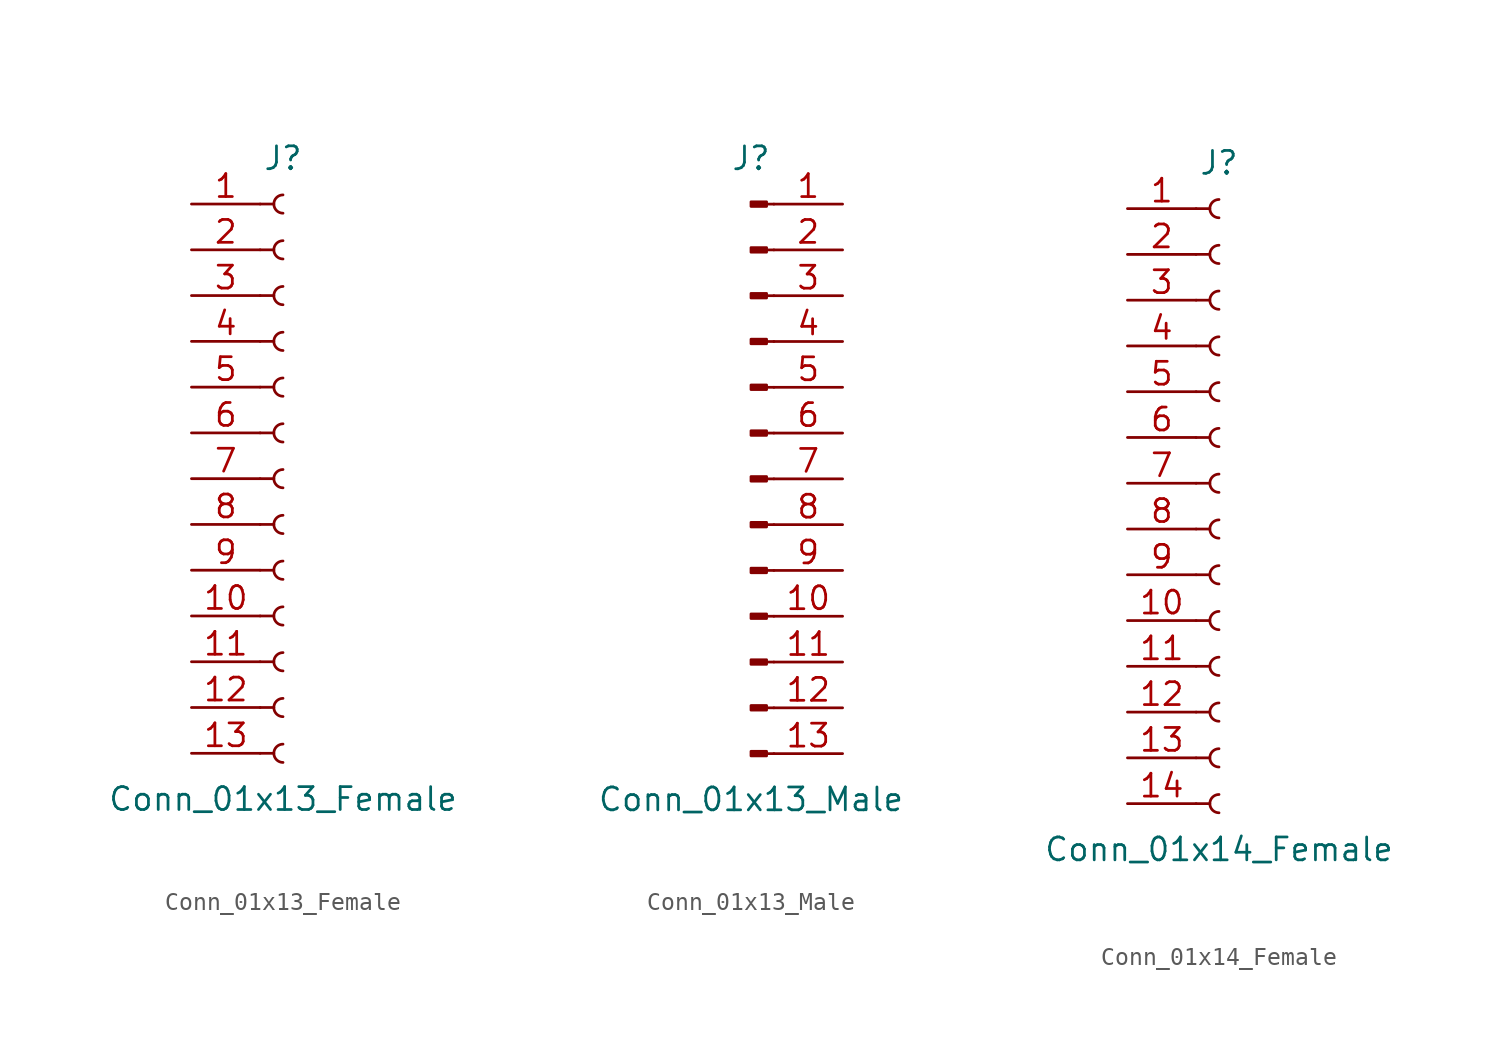
<source format=kicad_sym>
(kicad_symbol_lib
  (version 20220914)
  (generator kicad_symbol_editor)
  (symbol "Conn_01x13_Female"
    (pin_names
      (offset 1.016) hide)
    (property "Reference" "J"
      (at 0 17.78 0)
      (effects (font (size 1.27 1.27))))
    (property "Value" "Conn_01x13_Female"
      (at 0 -17.78 0)
      (effects (font (size 1.27 1.27))))
    (symbol "Conn_01x13_Female_1_1"
      (arc (start 0 -14.732) (mid -0.5058 -15.24) (end 0 -15.748) (stroke (width 0.1524) (type solid)) (fill (type none)))
      (arc (start 0 -12.192) (mid -0.5058 -12.7) (end 0 -13.208) (stroke (width 0.1524) (type solid)) (fill (type none)))
      (arc (start 0 -9.652) (mid -0.5058 -10.16) (end 0 -10.668) (stroke (width 0.1524) (type solid)) (fill (type none)))
      (arc (start 0 -7.112) (mid -0.5058 -7.62) (end 0 -8.128) (stroke (width 0.1524) (type solid)) (fill (type none)))
      (arc (start 0 -4.572) (mid -0.5058 -5.08) (end 0 -5.588) (stroke (width 0.1524) (type solid)) (fill (type none)))
      (arc (start 0 -2.032) (mid -0.5058 -2.54) (end 0 -3.048) (stroke (width 0.1524) (type solid)) (fill (type none)))
      (polyline (pts (xy -1.27 -15.24) (xy -0.508 -15.24)) (stroke (width 0.152) (type solid)) (fill (type none)))
      (polyline (pts (xy -1.27 -12.7) (xy -0.508 -12.7)) (stroke (width 0.152) (type solid)) (fill (type none)))
      (polyline (pts (xy -1.27 -10.16) (xy -0.508 -10.16)) (stroke (width 0.152) (type solid)) (fill (type none)))
      (polyline (pts (xy -1.27 -7.62) (xy -0.508 -7.62)) (stroke (width 0.152) (type solid)) (fill (type none)))
      (polyline (pts (xy -1.27 -5.08) (xy -0.508 -5.08)) (stroke (width 0.152) (type solid)) (fill (type none)))
      (polyline (pts (xy -1.27 -2.54) (xy -0.508 -2.54)) (stroke (width 0.152) (type solid)) (fill (type none)))
      (polyline (pts (xy -1.27 0) (xy -0.508 0)) (stroke (width 0.152) (type solid)) (fill (type none)))
      (polyline (pts (xy -1.27 2.54) (xy -0.508 2.54)) (stroke (width 0.152) (type solid)) (fill (type none)))
      (polyline (pts (xy -1.27 5.08) (xy -0.508 5.08)) (stroke (width 0.152) (type solid)) (fill (type none)))
      (polyline (pts (xy -1.27 7.62) (xy -0.508 7.62)) (stroke (width 0.152) (type solid)) (fill (type none)))
      (polyline (pts (xy -1.27 10.16) (xy -0.508 10.16)) (stroke (width 0.152) (type solid)) (fill (type none)))
      (polyline (pts (xy -1.27 12.7) (xy -0.508 12.7)) (stroke (width 0.152) (type solid)) (fill (type none)))
      (polyline (pts (xy -1.27 15.24) (xy -0.508 15.24)) (stroke (width 0.152) (type solid)) (fill (type none)))
      (arc (start 0 0.508) (mid -0.5058 0) (end 0 -0.508) (stroke (width 0.1524) (type solid)) (fill (type none)))
      (arc (start 0 3.048) (mid -0.5058 2.54) (end 0 2.032) (stroke (width 0.1524) (type solid)) (fill (type none)))
      (arc (start 0 5.588) (mid -0.5058 5.08) (end 0 4.572) (stroke (width 0.1524) (type solid)) (fill (type none)))
      (arc (start 0 8.128) (mid -0.5058 7.62) (end 0 7.112) (stroke (width 0.1524) (type solid)) (fill (type none)))
      (arc (start 0 10.668) (mid -0.5058 10.16) (end 0 9.652) (stroke (width 0.1524) (type solid)) (fill (type none)))
      (arc (start 0 13.208) (mid -0.5058 12.7) (end 0 12.192) (stroke (width 0.1524) (type solid)) (fill (type none)))
      (arc (start 0 15.748) (mid -0.5058 15.24) (end 0 14.732) (stroke (width 0.1524) (type solid)) (fill (type none)))
      (pin passive line (at -5.08 15.24 0) (length 3.81) (name "Pin_1" (effects (font (size 1.27 1.27)))) (number "1" (effects (font (size 1.27 1.27)))))
      (pin passive line (at -5.08 -7.62 0) (length 3.81) (name "Pin_10" (effects (font (size 1.27 1.27)))) (number "10" (effects (font (size 1.27 1.27)))))
      (pin passive line (at -5.08 -10.16 0) (length 3.81) (name "Pin_11" (effects (font (size 1.27 1.27)))) (number "11" (effects (font (size 1.27 1.27)))))
      (pin passive line (at -5.08 -12.7 0) (length 3.81) (name "Pin_12" (effects (font (size 1.27 1.27)))) (number "12" (effects (font (size 1.27 1.27)))))
      (pin passive line (at -5.08 -15.24 0) (length 3.81) (name "Pin_13" (effects (font (size 1.27 1.27)))) (number "13" (effects (font (size 1.27 1.27)))))
      (pin passive line (at -5.08 12.7 0) (length 3.81) (name "Pin_2" (effects (font (size 1.27 1.27)))) (number "2" (effects (font (size 1.27 1.27)))))
      (pin passive line (at -5.08 10.16 0) (length 3.81) (name "Pin_3" (effects (font (size 1.27 1.27)))) (number "3" (effects (font (size 1.27 1.27)))))
      (pin passive line (at -5.08 7.62 0) (length 3.81) (name "Pin_4" (effects (font (size 1.27 1.27)))) (number "4" (effects (font (size 1.27 1.27)))))
      (pin passive line (at -5.08 5.08 0) (length 3.81) (name "Pin_5" (effects (font (size 1.27 1.27)))) (number "5" (effects (font (size 1.27 1.27)))))
      (pin passive line (at -5.08 2.54 0) (length 3.81) (name "Pin_6" (effects (font (size 1.27 1.27)))) (number "6" (effects (font (size 1.27 1.27)))))
      (pin passive line (at -5.08 0 0) (length 3.81) (name "Pin_7" (effects (font (size 1.27 1.27)))) (number "7" (effects (font (size 1.27 1.27)))))
      (pin passive line (at -5.08 -2.54 0) (length 3.81) (name "Pin_8" (effects (font (size 1.27 1.27)))) (number "8" (effects (font (size 1.27 1.27)))))
      (pin passive line (at -5.08 -5.08 0) (length 3.81) (name "Pin_9" (effects (font (size 1.27 1.27)))) (number "9" (effects (font (size 1.27 1.27)))))))
  (symbol "Conn_01x13_Male"
    (pin_names
      (offset 1.016) hide)
    (property "Reference" "J"
      (at 0 17.78 0)
      (effects (font (size 1.27 1.27))))
    (property "Value" "Conn_01x13_Male"
      (at 0 -17.78 0)
      (effects (font (size 1.27 1.27))))
    (symbol "Conn_01x13_Male_1_1"
      (polyline (pts (xy 1.27 -15.24) (xy 0.864 -15.24)) (stroke (width 0.152) (type solid)) (fill (type none)))
      (polyline (pts (xy 1.27 -12.7) (xy 0.864 -12.7)) (stroke (width 0.152) (type solid)) (fill (type none)))
      (polyline (pts (xy 1.27 -10.16) (xy 0.864 -10.16)) (stroke (width 0.152) (type solid)) (fill (type none)))
      (polyline (pts (xy 1.27 -7.62) (xy 0.864 -7.62)) (stroke (width 0.152) (type solid)) (fill (type none)))
      (polyline (pts (xy 1.27 -5.08) (xy 0.864 -5.08)) (stroke (width 0.152) (type solid)) (fill (type none)))
      (polyline (pts (xy 1.27 -2.54) (xy 0.864 -2.54)) (stroke (width 0.152) (type solid)) (fill (type none)))
      (polyline (pts (xy 1.27 0) (xy 0.864 0)) (stroke (width 0.152) (type solid)) (fill (type none)))
      (polyline (pts (xy 1.27 2.54) (xy 0.864 2.54)) (stroke (width 0.152) (type solid)) (fill (type none)))
      (polyline (pts (xy 1.27 5.08) (xy 0.864 5.08)) (stroke (width 0.152) (type solid)) (fill (type none)))
      (polyline (pts (xy 1.27 7.62) (xy 0.864 7.62)) (stroke (width 0.152) (type solid)) (fill (type none)))
      (polyline (pts (xy 1.27 10.16) (xy 0.864 10.16)) (stroke (width 0.152) (type solid)) (fill (type none)))
      (polyline (pts (xy 1.27 12.7) (xy 0.864 12.7)) (stroke (width 0.152) (type solid)) (fill (type none)))
      (polyline (pts (xy 1.27 15.24) (xy 0.864 15.24)) (stroke (width 0.152) (type solid)) (fill (type none)))
      (rectangle (start 0.864 -15.113) (end 0 -15.367) (stroke (width 0.152) (type solid)) (fill (type outline)))
      (rectangle (start 0.864 -12.573) (end 0 -12.827) (stroke (width 0.152) (type solid)) (fill (type outline)))
      (rectangle (start 0.864 -10.033) (end 0 -10.287) (stroke (width 0.152) (type solid)) (fill (type outline)))
      (rectangle (start 0.864 -7.493) (end 0 -7.747) (stroke (width 0.152) (type solid)) (fill (type outline)))
      (rectangle (start 0.864 -4.953) (end 0 -5.207) (stroke (width 0.152) (type solid)) (fill (type outline)))
      (rectangle (start 0.864 -2.413) (end 0 -2.667) (stroke (width 0.152) (type solid)) (fill (type outline)))
      (rectangle (start 0.864 0.127) (end 0 -0.127) (stroke (width 0.152) (type solid)) (fill (type outline)))
      (rectangle (start 0.864 2.667) (end 0 2.413) (stroke (width 0.152) (type solid)) (fill (type outline)))
      (rectangle (start 0.864 5.207) (end 0 4.953) (stroke (width 0.152) (type solid)) (fill (type outline)))
      (rectangle (start 0.864 7.747) (end 0 7.493) (stroke (width 0.152) (type solid)) (fill (type outline)))
      (rectangle (start 0.864 10.287) (end 0 10.033) (stroke (width 0.152) (type solid)) (fill (type outline)))
      (rectangle (start 0.864 12.827) (end 0 12.573) (stroke (width 0.152) (type solid)) (fill (type outline)))
      (rectangle (start 0.864 15.367) (end 0 15.113) (stroke (width 0.152) (type solid)) (fill (type outline)))
      (pin passive line (at 5.08 15.24 180) (length 3.81) (name "Pin_1" (effects (font (size 1.27 1.27)))) (number "1" (effects (font (size 1.27 1.27)))))
      (pin passive line (at 5.08 -7.62 180) (length 3.81) (name "Pin_10" (effects (font (size 1.27 1.27)))) (number "10" (effects (font (size 1.27 1.27)))))
      (pin passive line (at 5.08 -10.16 180) (length 3.81) (name "Pin_11" (effects (font (size 1.27 1.27)))) (number "11" (effects (font (size 1.27 1.27)))))
      (pin passive line (at 5.08 -12.7 180) (length 3.81) (name "Pin_12" (effects (font (size 1.27 1.27)))) (number "12" (effects (font (size 1.27 1.27)))))
      (pin passive line (at 5.08 -15.24 180) (length 3.81) (name "Pin_13" (effects (font (size 1.27 1.27)))) (number "13" (effects (font (size 1.27 1.27)))))
      (pin passive line (at 5.08 12.7 180) (length 3.81) (name "Pin_2" (effects (font (size 1.27 1.27)))) (number "2" (effects (font (size 1.27 1.27)))))
      (pin passive line (at 5.08 10.16 180) (length 3.81) (name "Pin_3" (effects (font (size 1.27 1.27)))) (number "3" (effects (font (size 1.27 1.27)))))
      (pin passive line (at 5.08 7.62 180) (length 3.81) (name "Pin_4" (effects (font (size 1.27 1.27)))) (number "4" (effects (font (size 1.27 1.27)))))
      (pin passive line (at 5.08 5.08 180) (length 3.81) (name "Pin_5" (effects (font (size 1.27 1.27)))) (number "5" (effects (font (size 1.27 1.27)))))
      (pin passive line (at 5.08 2.54 180) (length 3.81) (name "Pin_6" (effects (font (size 1.27 1.27)))) (number "6" (effects (font (size 1.27 1.27)))))
      (pin passive line (at 5.08 0 180) (length 3.81) (name "Pin_7" (effects (font (size 1.27 1.27)))) (number "7" (effects (font (size 1.27 1.27)))))
      (pin passive line (at 5.08 -2.54 180) (length 3.81) (name "Pin_8" (effects (font (size 1.27 1.27)))) (number "8" (effects (font (size 1.27 1.27)))))
      (pin passive line (at 5.08 -5.08 180) (length 3.81) (name "Pin_9" (effects (font (size 1.27 1.27)))) (number "9" (effects (font (size 1.27 1.27)))))))
  (symbol "Conn_01x14_Female"
    (pin_names
      (offset 1.016) hide)
    (property "Reference" "J"
      (at 0 17.78 0)
      (effects (font (size 1.27 1.27))))
    (property "Value" "Conn_01x14_Female"
      (at 0 -20.32 0)
      (effects (font (size 1.27 1.27))))
    (symbol "Conn_01x14_Female_1_1"
      (arc (start 0 -17.272) (mid -0.5058 -17.78) (end 0 -18.288) (stroke (width 0.1524) (type solid)) (fill (type none)))
      (arc (start 0 -14.732) (mid -0.5058 -15.24) (end 0 -15.748) (stroke (width 0.1524) (type solid)) (fill (type none)))
      (arc (start 0 -12.192) (mid -0.5058 -12.7) (end 0 -13.208) (stroke (width 0.1524) (type solid)) (fill (type none)))
      (arc (start 0 -9.652) (mid -0.5058 -10.16) (end 0 -10.668) (stroke (width 0.1524) (type solid)) (fill (type none)))
      (arc (start 0 -7.112) (mid -0.5058 -7.62) (end 0 -8.128) (stroke (width 0.1524) (type solid)) (fill (type none)))
      (arc (start 0 -4.572) (mid -0.5058 -5.08) (end 0 -5.588) (stroke (width 0.1524) (type solid)) (fill (type none)))
      (arc (start 0 -2.032) (mid -0.5058 -2.54) (end 0 -3.048) (stroke (width 0.1524) (type solid)) (fill (type none)))
      (polyline (pts (xy -1.27 -17.78) (xy -0.508 -17.78)) (stroke (width 0.152) (type solid)) (fill (type none)))
      (polyline (pts (xy -1.27 -15.24) (xy -0.508 -15.24)) (stroke (width 0.152) (type solid)) (fill (type none)))
      (polyline (pts (xy -1.27 -12.7) (xy -0.508 -12.7)) (stroke (width 0.152) (type solid)) (fill (type none)))
      (polyline (pts (xy -1.27 -10.16) (xy -0.508 -10.16)) (stroke (width 0.152) (type solid)) (fill (type none)))
      (polyline (pts (xy -1.27 -7.62) (xy -0.508 -7.62)) (stroke (width 0.152) (type solid)) (fill (type none)))
      (polyline (pts (xy -1.27 -5.08) (xy -0.508 -5.08)) (stroke (width 0.152) (type solid)) (fill (type none)))
      (polyline (pts (xy -1.27 -2.54) (xy -0.508 -2.54)) (stroke (width 0.152) (type solid)) (fill (type none)))
      (polyline (pts (xy -1.27 0) (xy -0.508 0)) (stroke (width 0.152) (type solid)) (fill (type none)))
      (polyline (pts (xy -1.27 2.54) (xy -0.508 2.54)) (stroke (width 0.152) (type solid)) (fill (type none)))
      (polyline (pts (xy -1.27 5.08) (xy -0.508 5.08)) (stroke (width 0.152) (type solid)) (fill (type none)))
      (polyline (pts (xy -1.27 7.62) (xy -0.508 7.62)) (stroke (width 0.152) (type solid)) (fill (type none)))
      (polyline (pts (xy -1.27 10.16) (xy -0.508 10.16)) (stroke (width 0.152) (type solid)) (fill (type none)))
      (polyline (pts (xy -1.27 12.7) (xy -0.508 12.7)) (stroke (width 0.152) (type solid)) (fill (type none)))
      (polyline (pts (xy -1.27 15.24) (xy -0.508 15.24)) (stroke (width 0.152) (type solid)) (fill (type none)))
      (arc (start 0 0.508) (mid -0.5058 0) (end 0 -0.508) (stroke (width 0.1524) (type solid)) (fill (type none)))
      (arc (start 0 3.048) (mid -0.5058 2.54) (end 0 2.032) (stroke (width 0.1524) (type solid)) (fill (type none)))
      (arc (start 0 5.588) (mid -0.5058 5.08) (end 0 4.572) (stroke (width 0.1524) (type solid)) (fill (type none)))
      (arc (start 0 8.128) (mid -0.5058 7.62) (end 0 7.112) (stroke (width 0.1524) (type solid)) (fill (type none)))
      (arc (start 0 10.668) (mid -0.5058 10.16) (end 0 9.652) (stroke (width 0.1524) (type solid)) (fill (type none)))
      (arc (start 0 13.208) (mid -0.5058 12.7) (end 0 12.192) (stroke (width 0.1524) (type solid)) (fill (type none)))
      (arc (start 0 15.748) (mid -0.5058 15.24) (end 0 14.732) (stroke (width 0.1524) (type solid)) (fill (type none)))
      (pin passive line (at -5.08 15.24 0) (length 3.81) (name "Pin_1" (effects (font (size 1.27 1.27)))) (number "1" (effects (font (size 1.27 1.27)))))
      (pin passive line (at -5.08 -7.62 0) (length 3.81) (name "Pin_10" (effects (font (size 1.27 1.27)))) (number "10" (effects (font (size 1.27 1.27)))))
      (pin passive line (at -5.08 -10.16 0) (length 3.81) (name "Pin_11" (effects (font (size 1.27 1.27)))) (number "11" (effects (font (size 1.27 1.27)))))
      (pin passive line (at -5.08 -12.7 0) (length 3.81) (name "Pin_12" (effects (font (size 1.27 1.27)))) (number "12" (effects (font (size 1.27 1.27)))))
      (pin passive line (at -5.08 -15.24 0) (length 3.81) (name "Pin_13" (effects (font (size 1.27 1.27)))) (number "13" (effects (font (size 1.27 1.27)))))
      (pin passive line (at -5.08 -17.78 0) (length 3.81) (name "Pin_14" (effects (font (size 1.27 1.27)))) (number "14" (effects (font (size 1.27 1.27)))))
      (pin passive line (at -5.08 12.7 0) (length 3.81) (name "Pin_2" (effects (font (size 1.27 1.27)))) (number "2" (effects (font (size 1.27 1.27)))))
      (pin passive line (at -5.08 10.16 0) (length 3.81) (name "Pin_3" (effects (font (size 1.27 1.27)))) (number "3" (effects (font (size 1.27 1.27)))))
      (pin passive line (at -5.08 7.62 0) (length 3.81) (name "Pin_4" (effects (font (size 1.27 1.27)))) (number "4" (effects (font (size 1.27 1.27)))))
      (pin passive line (at -5.08 5.08 0) (length 3.81) (name "Pin_5" (effects (font (size 1.27 1.27)))) (number "5" (effects (font (size 1.27 1.27)))))
      (pin passive line (at -5.08 2.54 0) (length 3.81) (name "Pin_6" (effects (font (size 1.27 1.27)))) (number "6" (effects (font (size 1.27 1.27)))))
      (pin passive line (at -5.08 0 0) (length 3.81) (name "Pin_7" (effects (font (size 1.27 1.27)))) (number "7" (effects (font (size 1.27 1.27)))))
      (pin passive line (at -5.08 -2.54 0) (length 3.81) (name "Pin_8" (effects (font (size 1.27 1.27)))) (number "8" (effects (font (size 1.27 1.27)))))
      (pin passive line (at -5.08 -5.08 0) (length 3.81) (name "Pin_9" (effects (font (size 1.27 1.27)))) (number "9" (effects (font (size 1.27 1.27))))))))
</source>
